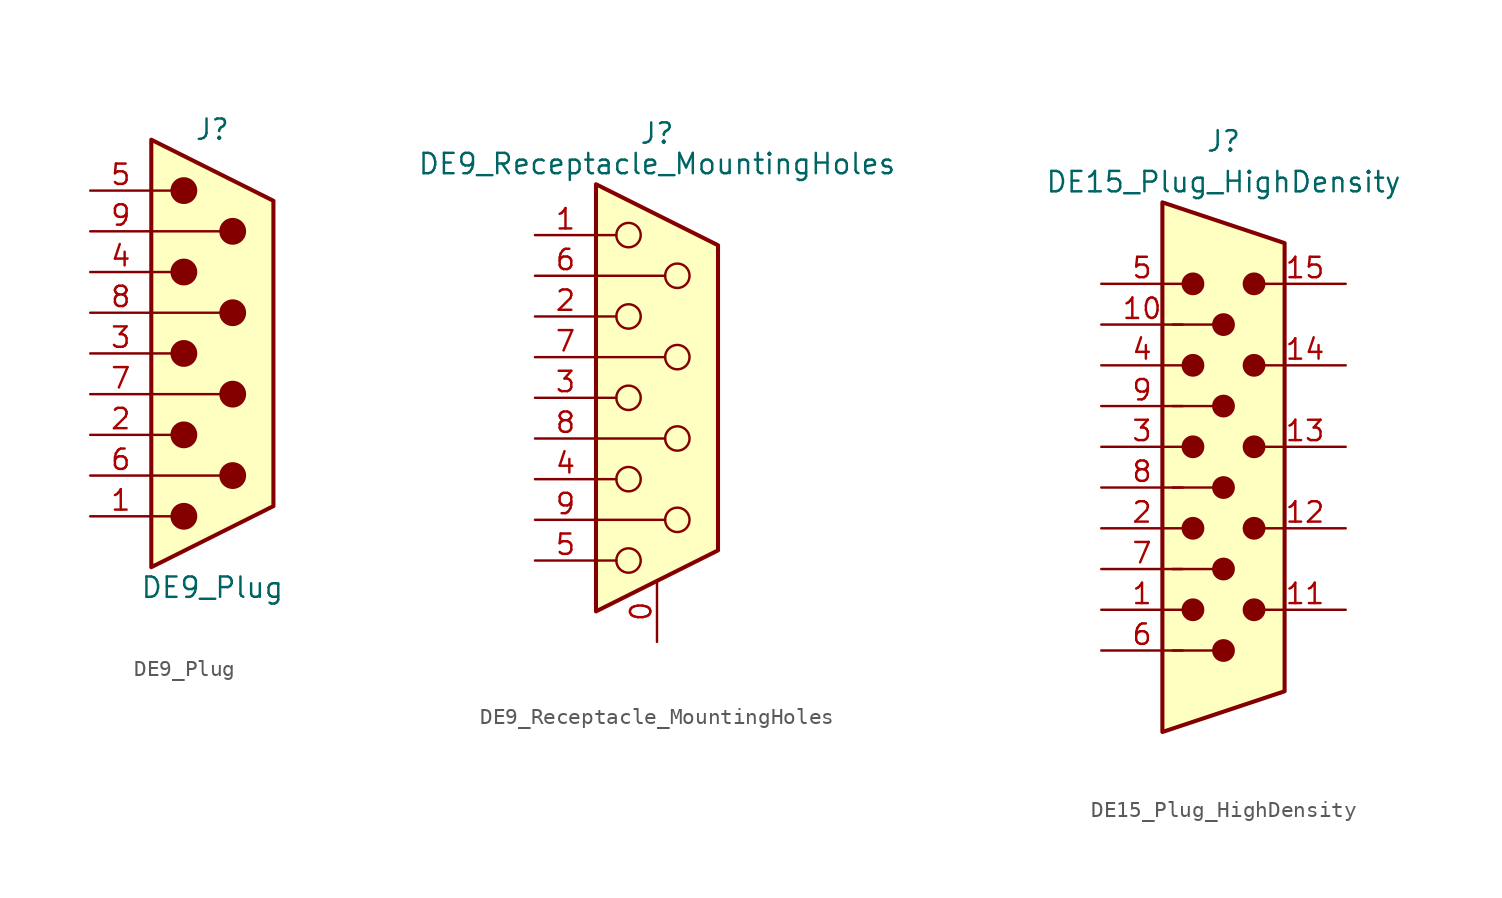
<source format=kicad_sym>
(kicad_symbol_lib
  (version 20241209)
  (generator "kicad_symbol_editor")
  (generator_version "9.0")
  (symbol "DE9_Plug"
    (pin_names
      (offset 1.016)
      (hide yes))
    (property "Reference" "J"
      (at 0 13.97 0)
      (effects (font (size 1.27 1.27))))
    (property "Value" "DE9_Plug"
      (at 0 -14.605 0)
      (effects (font (size 1.27 1.27))))
    (symbol "DE9_Plug_0_1"
      (polyline (pts (xy -3.81 10.16) (xy -2.54 10.16)) (stroke (width 0) (type default)) (fill (type none)))
      (polyline (pts (xy -3.81 7.62) (xy 0.508 7.62)) (stroke (width 0) (type default)) (fill (type none)))
      (polyline (pts (xy -3.81 5.08) (xy -2.54 5.08)) (stroke (width 0) (type default)) (fill (type none)))
      (polyline (pts (xy -3.81 2.54) (xy 0.508 2.54)) (stroke (width 0) (type default)) (fill (type none)))
      (polyline (pts (xy -3.81 0) (xy -2.54 0)) (stroke (width 0) (type default)) (fill (type none)))
      (polyline (pts (xy -3.81 -2.54) (xy 0.508 -2.54)) (stroke (width 0) (type default)) (fill (type none)))
      (polyline (pts (xy -3.81 -5.08) (xy -2.54 -5.08)) (stroke (width 0) (type default)) (fill (type none)))
      (polyline (pts (xy -3.81 -7.62) (xy 0.508 -7.62)) (stroke (width 0) (type default)) (fill (type none)))
      (polyline (pts (xy -3.81 -10.16) (xy -2.54 -10.16)) (stroke (width 0) (type default)) (fill (type none)))
      (polyline (pts (xy -3.81 -13.335) (xy -3.81 13.335) (xy 3.81 9.525) (xy 3.81 -9.525) (xy -3.81 -13.335)) (stroke (width 0.254) (type default)) (fill (type background)))
      (circle (center -1.778 10.16) (radius 0.762) (stroke (width 0) (type default)) (fill (type outline)))
      (circle (center -1.778 5.08) (radius 0.762) (stroke (width 0) (type default)) (fill (type outline)))
      (circle (center -1.778 0) (radius 0.762) (stroke (width 0) (type default)) (fill (type outline)))
      (circle (center -1.778 -5.08) (radius 0.762) (stroke (width 0) (type default)) (fill (type outline)))
      (circle (center -1.778 -10.16) (radius 0.762) (stroke (width 0) (type default)) (fill (type outline)))
      (circle (center 1.27 7.62) (radius 0.762) (stroke (width 0) (type default)) (fill (type outline)))
      (circle (center 1.27 2.54) (radius 0.762) (stroke (width 0) (type default)) (fill (type outline)))
      (circle (center 1.27 -2.54) (radius 0.762) (stroke (width 0) (type default)) (fill (type outline)))
      (circle (center 1.27 -7.62) (radius 0.762) (stroke (width 0) (type default)) (fill (type outline))))
    (symbol "DE9_Plug_1_1"
      (pin passive line (at -7.62 10.16 0) (length 3.81) (name "5" (effects (font (size 1.27 1.27)))) (number "5" (effects (font (size 1.27 1.27)))))
      (pin passive line (at -7.62 7.62 0) (length 3.81) (name "9" (effects (font (size 1.27 1.27)))) (number "9" (effects (font (size 1.27 1.27)))))
      (pin passive line (at -7.62 5.08 0) (length 3.81) (name "4" (effects (font (size 1.27 1.27)))) (number "4" (effects (font (size 1.27 1.27)))))
      (pin passive line (at -7.62 2.54 0) (length 3.81) (name "8" (effects (font (size 1.27 1.27)))) (number "8" (effects (font (size 1.27 1.27)))))
      (pin passive line (at -7.62 0 0) (length 3.81) (name "3" (effects (font (size 1.27 1.27)))) (number "3" (effects (font (size 1.27 1.27)))))
      (pin passive line (at -7.62 -2.54 0) (length 3.81) (name "7" (effects (font (size 1.27 1.27)))) (number "7" (effects (font (size 1.27 1.27)))))
      (pin passive line (at -7.62 -5.08 0) (length 3.81) (name "2" (effects (font (size 1.27 1.27)))) (number "2" (effects (font (size 1.27 1.27)))))
      (pin passive line (at -7.62 -7.62 0) (length 3.81) (name "6" (effects (font (size 1.27 1.27)))) (number "6" (effects (font (size 1.27 1.27)))))
      (pin passive line (at -7.62 -10.16 0) (length 3.81) (name "1" (effects (font (size 1.27 1.27)))) (number "1" (effects (font (size 1.27 1.27)))))))
  (symbol "DE9_Receptacle_MountingHoles"
    (pin_names
      (offset 1.016)
      (hide yes))
    (property "Reference" "J"
      (at 0 16.51 0)
      (effects (font (size 1.27 1.27))))
    (property "Value" "DE9_Receptacle_MountingHoles"
      (at 0 14.605 0)
      (effects (font (size 1.27 1.27))))
    (symbol "DE9_Receptacle_MountingHoles_0_1"
      (polyline (pts (xy -3.81 13.335) (xy -3.81 -13.335) (xy 3.81 -9.525) (xy 3.81 9.525) (xy -3.81 13.335)) (stroke (width 0.254) (type default)) (fill (type background)))
      (polyline (pts (xy -3.81 10.16) (xy -2.54 10.16)) (stroke (width 0) (type default)) (fill (type none)))
      (polyline (pts (xy -3.81 7.62) (xy 0.508 7.62)) (stroke (width 0) (type default)) (fill (type none)))
      (polyline (pts (xy -3.81 5.08) (xy -2.54 5.08)) (stroke (width 0) (type default)) (fill (type none)))
      (polyline (pts (xy -3.81 2.54) (xy 0.508 2.54)) (stroke (width 0) (type default)) (fill (type none)))
      (polyline (pts (xy -3.81 0) (xy -2.54 0)) (stroke (width 0) (type default)) (fill (type none)))
      (polyline (pts (xy -3.81 -2.54) (xy 0.508 -2.54)) (stroke (width 0) (type default)) (fill (type none)))
      (polyline (pts (xy -3.81 -5.08) (xy -2.54 -5.08)) (stroke (width 0) (type default)) (fill (type none)))
      (polyline (pts (xy -3.81 -7.62) (xy 0.508 -7.62)) (stroke (width 0) (type default)) (fill (type none)))
      (polyline (pts (xy -3.81 -10.16) (xy -2.54 -10.16)) (stroke (width 0) (type default)) (fill (type none)))
      (circle (center -1.778 10.16) (radius 0.762) (stroke (width 0) (type default)) (fill (type none)))
      (circle (center -1.778 5.08) (radius 0.762) (stroke (width 0) (type default)) (fill (type none)))
      (circle (center -1.778 0) (radius 0.762) (stroke (width 0) (type default)) (fill (type none)))
      (circle (center -1.778 -5.08) (radius 0.762) (stroke (width 0) (type default)) (fill (type none)))
      (circle (center -1.778 -10.16) (radius 0.762) (stroke (width 0) (type default)) (fill (type none)))
      (circle (center 1.27 7.62) (radius 0.762) (stroke (width 0) (type default)) (fill (type none)))
      (circle (center 1.27 2.54) (radius 0.762) (stroke (width 0) (type default)) (fill (type none)))
      (circle (center 1.27 -2.54) (radius 0.762) (stroke (width 0) (type default)) (fill (type none)))
      (circle (center 1.27 -7.62) (radius 0.762) (stroke (width 0) (type default)) (fill (type none))))
    (symbol "DE9_Receptacle_MountingHoles_1_1"
      (pin passive line (at -7.62 10.16 0) (length 3.81) (name "1" (effects (font (size 1.27 1.27)))) (number "1" (effects (font (size 1.27 1.27)))))
      (pin passive line (at -7.62 7.62 0) (length 3.81) (name "6" (effects (font (size 1.27 1.27)))) (number "6" (effects (font (size 1.27 1.27)))))
      (pin passive line (at -7.62 5.08 0) (length 3.81) (name "2" (effects (font (size 1.27 1.27)))) (number "2" (effects (font (size 1.27 1.27)))))
      (pin passive line (at -7.62 2.54 0) (length 3.81) (name "7" (effects (font (size 1.27 1.27)))) (number "7" (effects (font (size 1.27 1.27)))))
      (pin passive line (at -7.62 0 0) (length 3.81) (name "3" (effects (font (size 1.27 1.27)))) (number "3" (effects (font (size 1.27 1.27)))))
      (pin passive line (at -7.62 -2.54 0) (length 3.81) (name "8" (effects (font (size 1.27 1.27)))) (number "8" (effects (font (size 1.27 1.27)))))
      (pin passive line (at -7.62 -5.08 0) (length 3.81) (name "4" (effects (font (size 1.27 1.27)))) (number "4" (effects (font (size 1.27 1.27)))))
      (pin passive line (at -7.62 -7.62 0) (length 3.81) (name "9" (effects (font (size 1.27 1.27)))) (number "9" (effects (font (size 1.27 1.27)))))
      (pin passive line (at -7.62 -10.16 0) (length 3.81) (name "5" (effects (font (size 1.27 1.27)))) (number "5" (effects (font (size 1.27 1.27)))))
      (pin passive line (at 0 -15.24 90) (length 3.81) (name "PAD" (effects (font (size 1.27 1.27)))) (number "0" (effects (font (size 1.27 1.27)))))))
  (symbol "DE15_Plug_HighDensity"
    (pin_names
      (offset 1.016)
      (hide yes))
    (property "Reference" "J"
      (at 0 21.59 0)
      (effects (font (size 1.27 1.27))))
    (property "Value" "DE15_Plug_HighDensity"
      (at 0 19.05 0)
      (effects (font (size 1.27 1.27))))
    (symbol "DE15_Plug_HighDensity_0_1"
      (polyline (pts (xy -3.81 17.78) (xy -3.81 -15.24) (xy 3.81 -12.7) (xy 3.81 15.24) (xy -3.81 17.78)) (stroke (width 0.254) (type default)) (fill (type background)))
      (polyline (pts (xy -3.175 -5.08) (xy -0.635 -5.08)) (stroke (width 0) (type default)) (fill (type none)))
      (circle (center -1.905 12.7) (radius 0.635) (stroke (width 0) (type default)) (fill (type outline)))
      (circle (center -1.905 7.62) (radius 0.635) (stroke (width 0) (type default)) (fill (type outline)))
      (circle (center -1.905 2.54) (radius 0.635) (stroke (width 0) (type default)) (fill (type outline)))
      (circle (center -1.905 -2.54) (radius 0.635) (stroke (width 0) (type default)) (fill (type outline)))
      (circle (center -1.905 -7.62) (radius 0.635) (stroke (width 0) (type default)) (fill (type outline)))
      (polyline (pts (xy -0.635 10.16) (xy -3.175 10.16)) (stroke (width 0) (type default)) (fill (type none)))
      (polyline (pts (xy -0.635 5.08) (xy -3.175 5.08)) (stroke (width 0) (type default)) (fill (type none)))
      (polyline (pts (xy -0.635 0) (xy -3.175 0)) (stroke (width 0) (type default)) (fill (type none)))
      (polyline (pts (xy -0.635 -10.16) (xy -3.175 -10.16)) (stroke (width 0) (type default)) (fill (type none)))
      (circle (center 0 10.16) (radius 0.635) (stroke (width 0) (type default)) (fill (type outline)))
      (circle (center 0 5.08) (radius 0.635) (stroke (width 0) (type default)) (fill (type outline)))
      (circle (center 0 0) (radius 0.635) (stroke (width 0) (type default)) (fill (type outline)))
      (circle (center 0 -5.08) (radius 0.635) (stroke (width 0) (type default)) (fill (type outline)))
      (circle (center 0 -10.16) (radius 0.635) (stroke (width 0) (type default)) (fill (type outline)))
      (circle (center 1.905 12.7) (radius 0.635) (stroke (width 0) (type default)) (fill (type outline)))
      (circle (center 1.905 7.62) (radius 0.635) (stroke (width 0) (type default)) (fill (type outline)))
      (circle (center 1.905 2.54) (radius 0.635) (stroke (width 0) (type default)) (fill (type outline)))
      (circle (center 1.905 -2.54) (radius 0.635) (stroke (width 0) (type default)) (fill (type outline)))
      (circle (center 1.905 -7.62) (radius 0.635) (stroke (width 0) (type default)) (fill (type outline))))
    (symbol "DE15_Plug_HighDensity_1_1"
      (pin passive line (at -7.62 12.7 0) (length 5.08) (name "~" (effects (font (size 1.27 1.27)))) (number "5" (effects (font (size 1.27 1.27)))))
      (pin passive line (at -7.62 10.16 0) (length 5.08) (name "~" (effects (font (size 1.27 1.27)))) (number "10" (effects (font (size 1.27 1.27)))))
      (pin passive line (at -7.62 7.62 0) (length 5.08) (name "~" (effects (font (size 1.27 1.27)))) (number "4" (effects (font (size 1.27 1.27)))))
      (pin passive line (at -7.62 5.08 0) (length 5.08) (name "~" (effects (font (size 1.27 1.27)))) (number "9" (effects (font (size 1.27 1.27)))))
      (pin passive line (at -7.62 2.54 0) (length 5.08) (name "~" (effects (font (size 1.27 1.27)))) (number "3" (effects (font (size 1.27 1.27)))))
      (pin passive line (at -7.62 0 0) (length 5.08) (name "~" (effects (font (size 1.27 1.27)))) (number "8" (effects (font (size 1.27 1.27)))))
      (pin passive line (at -7.62 -2.54 0) (length 5.08) (name "~" (effects (font (size 1.27 1.27)))) (number "2" (effects (font (size 1.27 1.27)))))
      (pin passive line (at -7.62 -5.08 0) (length 5.08) (name "~" (effects (font (size 1.27 1.27)))) (number "7" (effects (font (size 1.27 1.27)))))
      (pin passive line (at -7.62 -7.62 0) (length 5.08) (name "~" (effects (font (size 1.27 1.27)))) (number "1" (effects (font (size 1.27 1.27)))))
      (pin passive line (at -7.62 -10.16 0) (length 5.08) (name "~" (effects (font (size 1.27 1.27)))) (number "6" (effects (font (size 1.27 1.27)))))
      (pin passive line (at 7.62 12.7 180) (length 5.08) (name "~" (effects (font (size 1.27 1.27)))) (number "15" (effects (font (size 1.27 1.27)))))
      (pin passive line (at 7.62 7.62 180) (length 5.08) (name "~" (effects (font (size 1.27 1.27)))) (number "14" (effects (font (size 1.27 1.27)))))
      (pin passive line (at 7.62 2.54 180) (length 5.08) (name "~" (effects (font (size 1.27 1.27)))) (number "13" (effects (font (size 1.27 1.27)))))
      (pin passive line (at 7.62 -2.54 180) (length 5.08) (name "~" (effects (font (size 1.27 1.27)))) (number "12" (effects (font (size 1.27 1.27)))))
      (pin passive line (at 7.62 -7.62 180) (length 5.08) (name "~" (effects (font (size 1.27 1.27)))) (number "11" (effects (font (size 1.27 1.27))))))))
</source>
